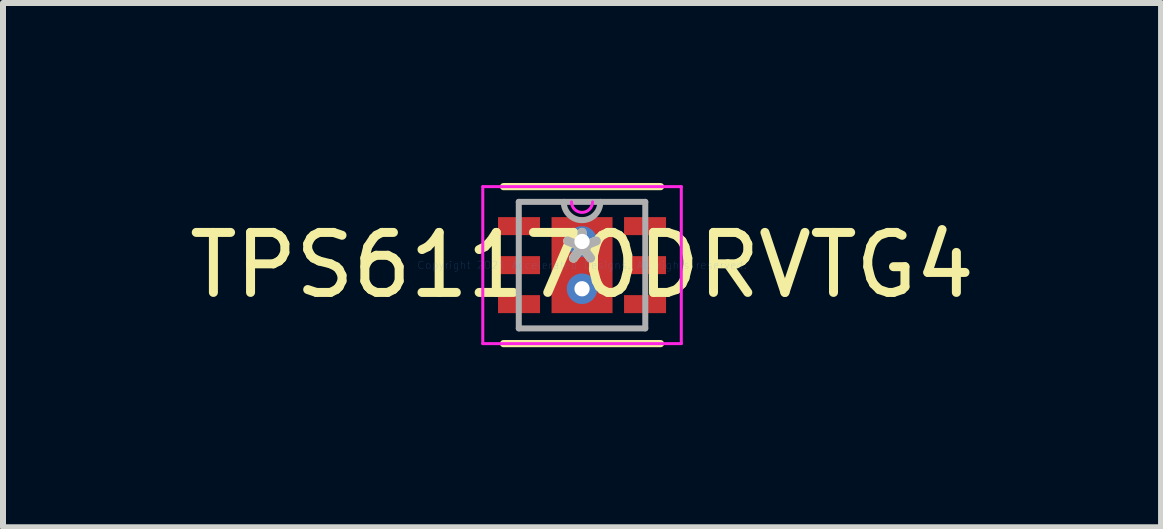
<source format=kicad_pcb>
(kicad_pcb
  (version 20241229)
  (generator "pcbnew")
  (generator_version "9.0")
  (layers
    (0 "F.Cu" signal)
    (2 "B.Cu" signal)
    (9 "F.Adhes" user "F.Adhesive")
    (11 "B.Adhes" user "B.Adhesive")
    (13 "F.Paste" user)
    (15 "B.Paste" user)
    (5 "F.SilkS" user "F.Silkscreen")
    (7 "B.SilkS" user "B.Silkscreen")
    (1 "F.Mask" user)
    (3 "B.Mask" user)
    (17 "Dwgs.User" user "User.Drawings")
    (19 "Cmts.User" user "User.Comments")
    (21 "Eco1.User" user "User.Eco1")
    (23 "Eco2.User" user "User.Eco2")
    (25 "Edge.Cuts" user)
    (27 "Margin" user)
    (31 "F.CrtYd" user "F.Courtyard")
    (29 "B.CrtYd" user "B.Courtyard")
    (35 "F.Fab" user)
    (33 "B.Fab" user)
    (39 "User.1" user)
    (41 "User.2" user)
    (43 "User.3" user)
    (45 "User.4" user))
  (footprint "TPS61170DRVTG4"
    (layer "F.Cu")
    (at 6.649 1.368)
    (property "Reference" "TPS61170DRVTG4" (at 0 0 0) (layer "F.SilkS") (effects (font (size 1 1) (thickness 0.15))))
    (attr through_hole)
    (fp_poly (pts (xy -1.47 -0.87) (xy -1.47 -0.43) (xy -0.63 -0.43) (xy -0.63 -0.87)) (stroke (width 0.1) (type solid)) (fill yes) (layer "F.Mask"))
    (fp_poly (pts (xy -1.47 -0.22) (xy -1.47 0.22) (xy -0.63 0.22) (xy -0.63 -0.22)) (stroke (width 0.1) (type solid)) (fill yes) (layer "F.Mask"))
    (fp_poly (pts (xy -1.47 0.43) (xy -1.47 0.87) (xy -0.63 0.87) (xy -0.63 0.43)) (stroke (width 0.1) (type solid)) (fill yes) (layer "F.Mask"))
    (fp_poly (pts (xy -0.572 -0.864) (xy -0.2 -0.864) (xy -0.2 0.864) (xy -0.572 0.864)) (stroke (width 0.1) (type solid)) (fill yes) (layer "F.Mask"))
    (fp_poly (pts (xy -0.572 -0.864) (xy 0.572 -0.864) (xy 0.572 -0.594) (xy -0.572 -0.594)) (stroke (width 0.1) (type solid)) (fill yes) (layer "F.Mask"))
    (fp_poly (pts (xy -0.572 -0.194) (xy 0.572 -0.194) (xy 0.572 0.194) (xy -0.572 0.194)) (stroke (width 0.1) (type solid)) (fill yes) (layer "F.Mask"))
    (fp_poly (pts (xy -0.572 0.594) (xy 0.572 0.594) (xy 0.572 0.864) (xy -0.572 0.864)) (stroke (width 0.1) (type solid)) (fill yes) (layer "F.Mask"))
    (fp_poly (pts (xy 0.2 -0.864) (xy 0.572 -0.864) (xy 0.572 0.864) (xy 0.2 0.864)) (stroke (width 0.1) (type solid)) (fill yes) (layer "F.Mask"))
    (fp_poly (pts (xy 0.63 -0.87) (xy 0.63 -0.43) (xy 1.47 -0.43) (xy 1.47 -0.87)) (stroke (width 0.1) (type solid)) (fill yes) (layer "F.Mask"))
    (fp_poly (pts (xy 0.63 -0.22) (xy 0.63 0.22) (xy 1.47 0.22) (xy 1.47 -0.22)) (stroke (width 0.1) (type solid)) (fill yes) (layer "F.Mask"))
    (fp_poly (pts (xy 0.63 0.43) (xy 0.63 0.87) (xy 1.47 0.87) (xy 1.47 0.43)) (stroke (width 0.1) (type solid)) (fill yes) (layer "F.Mask"))
    (fp_line (start -1.308 1.308) (end 1.308 1.308) (stroke (width 0.12) (type solid)) (layer "F.SilkS"))
    (fp_line (start 1.308 -1.308) (end -1.308 -1.308) (stroke (width 0.12) (type solid)) (layer "F.SilkS"))
    (fp_poly (pts (xy -1.375 -0.775) (xy -1.375 -0.525) (xy -0.725 -0.525) (xy -0.725 -0.775)) (stroke (width 0.1) (type solid)) (fill yes) (layer "F.Paste"))
    (fp_poly (pts (xy -1.375 -0.125) (xy -1.375 0.125) (xy -0.725 0.125) (xy -0.725 -0.125)) (stroke (width 0.1) (type solid)) (fill yes) (layer "F.Paste"))
    (fp_poly (pts (xy -1.375 0.525) (xy -1.375 0.775) (xy -0.725 0.775) (xy -0.725 0.525)) (stroke (width 0.1) (type solid)) (fill yes) (layer "F.Paste"))
    (fp_poly (pts (xy 0.725 -0.775) (xy 0.725 -0.525) (xy 1.375 -0.525) (xy 1.375 -0.775)) (stroke (width 0.1) (type solid)) (fill yes) (layer "F.Paste"))
    (fp_poly (pts (xy 0.725 -0.125) (xy 0.725 0.125) (xy 1.375 0.125) (xy 1.375 -0.125)) (stroke (width 0.1) (type solid)) (fill yes) (layer "F.Paste"))
    (fp_poly (pts (xy 0.725 0.525) (xy 0.725 0.775) (xy 1.375 0.775) (xy 1.375 0.525)) (stroke (width 0.1) (type solid)) (fill yes) (layer "F.Paste"))
    (fp_poly (pts (xy -0.433 -0.725) (xy -0.433 -0.494) (xy -0.241 -0.494) (xy -0.1 -0.635) (xy -0.1 -0.725)) (stroke (width 0.1) (type solid)) (fill yes) (layer "F.Paste"))
    (fp_poly (pts (xy -0.433 0.494) (xy -0.433 0.725) (xy -0.1 0.725) (xy -0.1 0.635) (xy -0.241 0.494)) (stroke (width 0.1) (type solid)) (fill yes) (layer "F.Paste"))
    (fp_poly (pts (xy 0.1 -0.725) (xy 0.1 -0.635) (xy 0.241 -0.494) (xy 0.433 -0.494) (xy 0.433 -0.725)) (stroke (width 0.1) (type solid)) (fill yes) (layer "F.Paste"))
    (fp_poly (pts (xy 0.241 0.494) (xy 0.1 0.635) (xy 0.1 0.725) (xy 0.433 0.725) (xy 0.433 0.494)) (stroke (width 0.1) (type solid)) (fill yes) (layer "F.Paste"))
    (fp_poly (pts (xy -0.433 -0.294) (xy -0.433 0.294) (xy -0.241 0.294) (xy -0.1 0.152) (xy -0.1 -0.152) (xy -0.241 -0.294)) (stroke (width 0.1) (type solid)) (fill yes) (layer "F.Paste"))
    (fp_poly (pts (xy 0.241 -0.294) (xy 0.1 -0.152) (xy 0.1 0.152) (xy 0.241 0.294) (xy 0.433 0.294) (xy 0.433 -0.294)) (stroke (width 0.1) (type solid)) (fill yes) (layer "F.Paste"))
    (fp_line (start -1.654 -1.308) (end 1.654 -1.308) (stroke (width 0.05) (type solid)) (layer "F.CrtYd"))
    (fp_line (start -1.654 1.308) (end -1.654 -1.308) (stroke (width 0.05) (type solid)) (layer "F.CrtYd"))
    (fp_line (start 1.654 -1.308) (end 1.654 1.308) (stroke (width 0.05) (type solid)) (layer "F.CrtYd"))
    (fp_line (start 1.654 1.308) (end -1.654 1.308) (stroke (width 0.05) (type solid)) (layer "F.CrtYd"))
    (fp_arc (start 0.175683 -1.0541) (mid 0 -0.878417) (end -0.175683 -1.0541) (stroke (width 0.05) (type solid)) (layer "F.CrtYd"))
    (fp_line (start -1.054 -1.054) (end -1.054 1.054) (stroke (width 0.1) (type solid)) (layer "F.Fab"))
    (fp_line (start -1.054 1.054) (end 1.054 1.054) (stroke (width 0.1) (type solid)) (layer "F.Fab"))
    (fp_line (start 1.054 -1.054) (end -1.054 -1.054) (stroke (width 0.1) (type solid)) (layer "F.Fab"))
    (fp_line (start 1.054 1.054) (end 1.054 -1.054) (stroke (width 0.1) (type solid)) (layer "F.Fab"))
    (fp_arc (start 0.3048 -1.0541) (mid 0 -0.7493) (end -0.3048 -1.0541) (stroke (width 0.1) (type solid)) (layer "F.Fab"))
    (fp_text user "*" (at 0 0 0) (layer "F.SilkS") (effects (font (size 1 1) (thickness 0.15))))
    (fp_text user "Copyright 2021 Accelerated Designs. All rights reserved." (at 0 0 0) (layer "Cmts.User") (effects (font (size 0.127 0.127) (thickness 0.002))))
    (fp_text user "*" (at 0 0 0) (layer "F.Fab") (effects (font (size 1 1) (thickness 0.15))))
    (pad "1" smd rect (at -1.05 -0.65) (size 0.7 0.3) (layers "F.Cu" "F.Mask" "F.Paste"))
    (pad "2" smd rect (at -1.05 0) (size 0.7 0.3) (layers "F.Cu" "F.Mask" "F.Paste"))
    (pad "3" smd rect (at -1.05 0.65) (size 0.7 0.3) (layers "F.Cu" "F.Mask" "F.Paste"))
    (pad "4" smd rect (at 1.05 0.65) (size 0.7 0.3) (layers "F.Cu" "F.Mask" "F.Paste"))
    (pad "5" smd rect (at 1.05 0) (size 0.7 0.3) (layers "F.Cu" "F.Mask" "F.Paste"))
    (pad "6" smd rect (at 1.05 -0.65) (size 0.7 0.3) (layers "F.Cu" "F.Mask" "F.Paste"))
    (pad "7" smd rect (at 0 0) (size 1.016 1.6) (layers "F.Cu" "F.Mask" "F.Paste"))
    (pad "V" thru_hole circle (at 0 -0.394) (size 0.508 0.508) (drill 0.254) (layers "*.Cu" "*.Mask"))
    (pad "V" thru_hole circle (at 0 0.394) (size 0.508 0.508) (drill 0.254) (layers "*.Cu" "*.Mask")))
  (gr_rect
    (start -3 -3)
    (end 16.298 5.736)
    (stroke (width 0.1) (type default))
    (fill no)
    (layer "Edge.Cuts")))
</source>
